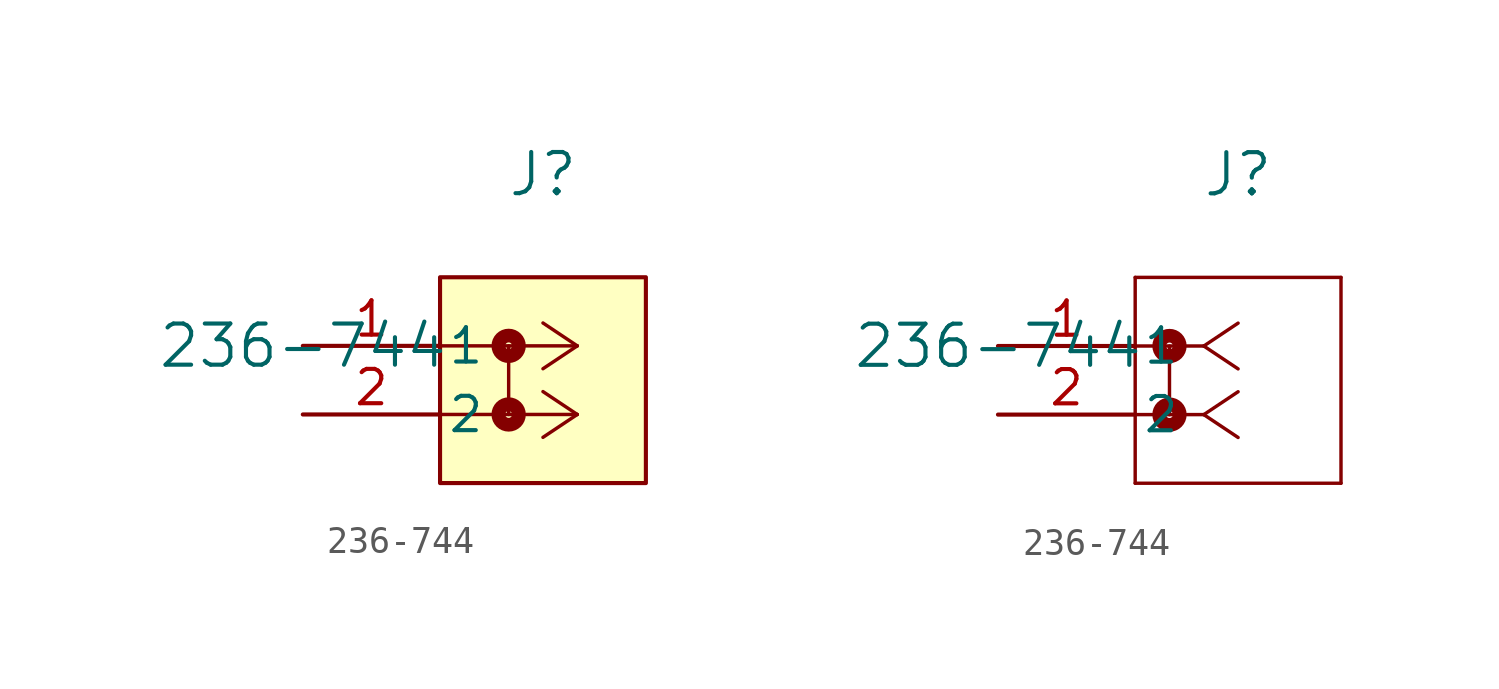
<source format=kicad_sym>
(kicad_symbol_lib
  (version 20220914)
  (generator kicad_symbol_editor)
  (symbol "236-744"
    (pin_names
      (offset 0.254))
    (property "Reference" "J"
      (at 8.89 6.35 0)
      (effects (font (size 1.524 1.524))))
    (property "Value" "236-744"
      (at 0 0 0)
      (effects (font (size 1.524 1.524))))
    (property "ki_locked" ""
      (at 0 0 0)
      (effects (font (size 1.27 1.27))))
    (symbol "236-744_1_1"
      (polyline (pts (xy 7.62 0) (xy 7.62 -2.54)) (stroke (width 0.127) (type default)) (fill (type none)))
      (polyline (pts (xy 10.16 -2.54) (xy 5.08 -2.54)) (stroke (width 0.127) (type default)) (fill (type none)))
      (polyline (pts (xy 10.16 -2.54) (xy 8.89 -3.387)) (stroke (width 0.127) (type default)) (fill (type none)))
      (polyline (pts (xy 10.16 -2.54) (xy 8.89 -1.693)) (stroke (width 0.127) (type default)) (fill (type none)))
      (polyline (pts (xy 10.16 0) (xy 5.08 0)) (stroke (width 0.127) (type default)) (fill (type none)))
      (polyline (pts (xy 10.16 0) (xy 8.89 -0.847)) (stroke (width 0.127) (type default)) (fill (type none)))
      (polyline (pts (xy 10.16 0) (xy 8.89 0.847)) (stroke (width 0.127) (type default)) (fill (type none)))
      (rectangle (start 5.08 2.54) (end 12.7 -5.08) (stroke (width 0) (type default)) (fill (type background)))
      (circle (center 7.62 -2.54) (radius 0.127) (stroke (width 0.508) (type default)) (fill (type none)))
      (circle (center 7.62 0) (radius 0.127) (stroke (width 0.508) (type default)) (fill (type none)))
      (pin unspecified line (at 0 0 0) (length 5.08) (name "1" (effects (font (size 1.27 1.27)))) (number "1" (effects (font (size 1.27 1.27)))))
      (pin unspecified line (at 0 -2.54 0) (length 5.08) (name "2" (effects (font (size 1.27 1.27)))) (number "2" (effects (font (size 1.27 1.27))))))
    (symbol "236-744_1_2"
      (polyline (pts (xy 5.08 -5.08) (xy 12.7 -5.08)) (stroke (width 0.127) (type default)) (fill (type none)))
      (polyline (pts (xy 5.08 2.54) (xy 5.08 -5.08)) (stroke (width 0.127) (type default)) (fill (type none)))
      (polyline (pts (xy 6.35 0) (xy 6.35 -2.54)) (stroke (width 0.127) (type default)) (fill (type none)))
      (polyline (pts (xy 7.62 -2.54) (xy 5.08 -2.54)) (stroke (width 0.127) (type default)) (fill (type none)))
      (polyline (pts (xy 7.62 -2.54) (xy 8.89 -3.387)) (stroke (width 0.127) (type default)) (fill (type none)))
      (polyline (pts (xy 7.62 -2.54) (xy 8.89 -1.693)) (stroke (width 0.127) (type default)) (fill (type none)))
      (polyline (pts (xy 7.62 0) (xy 5.08 0)) (stroke (width 0.127) (type default)) (fill (type none)))
      (polyline (pts (xy 7.62 0) (xy 8.89 -0.847)) (stroke (width 0.127) (type default)) (fill (type none)))
      (polyline (pts (xy 7.62 0) (xy 8.89 0.847)) (stroke (width 0.127) (type default)) (fill (type none)))
      (polyline (pts (xy 12.7 -5.08) (xy 12.7 2.54)) (stroke (width 0.127) (type default)) (fill (type none)))
      (polyline (pts (xy 12.7 2.54) (xy 5.08 2.54)) (stroke (width 0.127) (type default)) (fill (type none)))
      (circle (center 6.35 -2.54) (radius 0.127) (stroke (width 0.508) (type default)) (fill (type none)))
      (circle (center 6.35 0) (radius 0.127) (stroke (width 0.508) (type default)) (fill (type none)))
      (pin unspecified line (at 0 0 0) (length 5.08) (name "1" (effects (font (size 1.27 1.27)))) (number "1" (effects (font (size 1.27 1.27)))))
      (pin unspecified line (at 0 -2.54 0) (length 5.08) (name "2" (effects (font (size 1.27 1.27)))) (number "2" (effects (font (size 1.27 1.27))))))))
</source>
